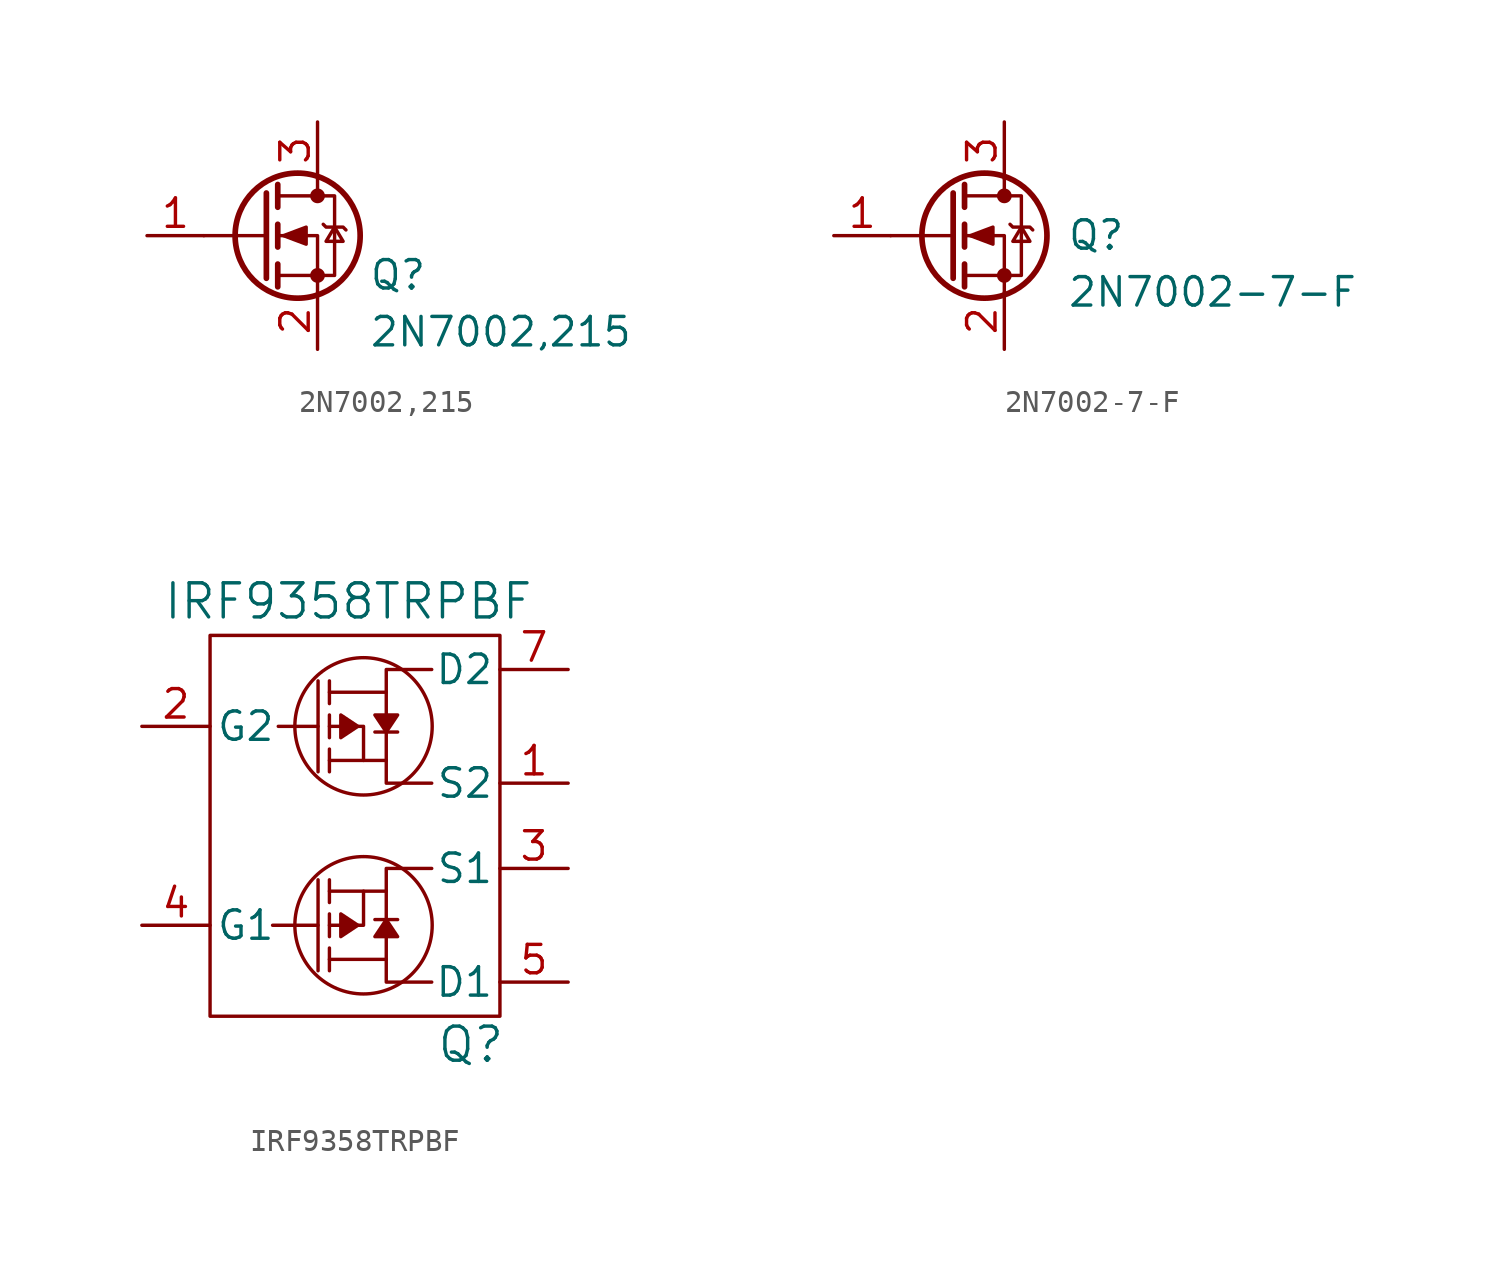
<source format=kicad_sym>
(kicad_symbol_lib
  (version 20231120)
  (generator "kicad_symbol_editor")
  (generator_version "8.0")
  (symbol "2N7002,215"
    (pin_names hide)
    (property "Reference" "Q"
      (at 3.556 -1.016 0)
      (effects (font (size 1.27 1.27)) (justify left top)))
    (property "Value" "2N7002,215"
      (at 3.556 -3.556 0)
      (effects (font (size 1.27 1.27)) (justify left top)))
    (symbol "2N7002,215_0_1"
      (polyline (pts (xy -1.016 0) (xy -3.81 0)) (stroke (width 0) (type default)) (fill (type none)))
      (polyline (pts (xy -1.016 1.905) (xy -1.016 -1.905)) (stroke (width 0.254) (type default)) (fill (type none)))
      (polyline (pts (xy -0.508 -1.27) (xy -0.508 -2.286)) (stroke (width 0.254) (type default)) (fill (type none)))
      (polyline (pts (xy -0.508 0.508) (xy -0.508 -0.508)) (stroke (width 0.254) (type default)) (fill (type none)))
      (polyline (pts (xy -0.508 2.286) (xy -0.508 1.27)) (stroke (width 0.254) (type default)) (fill (type none)))
      (polyline (pts (xy 1.27 2.54) (xy 1.27 1.778)) (stroke (width 0) (type default)) (fill (type none)))
      (polyline (pts (xy 1.27 -2.54) (xy 1.27 0) (xy -0.508 0)) (stroke (width 0) (type default)) (fill (type none)))
      (polyline (pts (xy -0.508 -1.778) (xy 2.032 -1.778) (xy 2.032 1.778) (xy -0.508 1.778)) (stroke (width 0) (type default)) (fill (type none)))
      (polyline (pts (xy -0.254 0) (xy 0.762 0.381) (xy 0.762 -0.381) (xy -0.254 0)) (stroke (width 0) (type default)) (fill (type outline)))
      (polyline (pts (xy 1.524 0.508) (xy 1.651 0.381) (xy 2.413 0.381) (xy 2.54 0.254)) (stroke (width 0) (type default)) (fill (type none)))
      (polyline (pts (xy 2.032 0.381) (xy 1.651 -0.254) (xy 2.413 -0.254) (xy 2.032 0.381)) (stroke (width 0) (type default)) (fill (type none)))
      (circle (center 0.381 0) (radius 2.794) (stroke (width 0.254) (type default)) (fill (type none)))
      (circle (center 1.27 -1.778) (radius 0.254) (stroke (width 0) (type default)) (fill (type outline)))
      (circle (center 1.27 1.778) (radius 0.254) (stroke (width 0) (type default)) (fill (type outline))))
    (symbol "2N7002,215_1_1"
      (pin input line (at -6.35 0 0) (length 2.54) (name "G" (effects (font (size 1.27 1.27)))) (number "1" (effects (font (size 1.27 1.27)))))
      (pin passive line (at 1.27 -5.08 90) (length 2.54) (name "S" (effects (font (size 1.27 1.27)))) (number "2" (effects (font (size 1.27 1.27)))))
      (pin passive line (at 1.27 5.08 270) (length 2.54) (name "D" (effects (font (size 1.27 1.27)))) (number "3" (effects (font (size 1.27 1.27)))))))
  (symbol "2N7002-7-F"
    (pin_names hide)
    (property "Reference" "Q"
      (at 4.064 0.762 0)
      (effects (font (size 1.27 1.27)) (justify left top)))
    (property "Value" "2N7002-7-F"
      (at 4.064 -1.778 0)
      (effects (font (size 1.27 1.27)) (justify left top)))
    (symbol "2N7002-7-F_0_1"
      (polyline (pts (xy -1.016 0) (xy -3.81 0)) (stroke (width 0) (type default)) (fill (type none)))
      (polyline (pts (xy -1.016 1.905) (xy -1.016 -1.905)) (stroke (width 0.254) (type default)) (fill (type none)))
      (polyline (pts (xy -0.508 -1.27) (xy -0.508 -2.286)) (stroke (width 0.254) (type default)) (fill (type none)))
      (polyline (pts (xy -0.508 0.508) (xy -0.508 -0.508)) (stroke (width 0.254) (type default)) (fill (type none)))
      (polyline (pts (xy -0.508 2.286) (xy -0.508 1.27)) (stroke (width 0.254) (type default)) (fill (type none)))
      (polyline (pts (xy 1.27 2.54) (xy 1.27 1.778)) (stroke (width 0) (type default)) (fill (type none)))
      (polyline (pts (xy 1.27 -2.54) (xy 1.27 0) (xy -0.508 0)) (stroke (width 0) (type default)) (fill (type none)))
      (polyline (pts (xy -0.508 -1.778) (xy 2.032 -1.778) (xy 2.032 1.778) (xy -0.508 1.778)) (stroke (width 0) (type default)) (fill (type none)))
      (polyline (pts (xy -0.254 0) (xy 0.762 0.381) (xy 0.762 -0.381) (xy -0.254 0)) (stroke (width 0) (type default)) (fill (type outline)))
      (polyline (pts (xy 1.524 0.508) (xy 1.651 0.381) (xy 2.413 0.381) (xy 2.54 0.254)) (stroke (width 0) (type default)) (fill (type none)))
      (polyline (pts (xy 2.032 0.381) (xy 1.651 -0.254) (xy 2.413 -0.254) (xy 2.032 0.381)) (stroke (width 0) (type default)) (fill (type none)))
      (circle (center 0.381 0) (radius 2.794) (stroke (width 0.254) (type default)) (fill (type none)))
      (circle (center 1.27 -1.778) (radius 0.254) (stroke (width 0) (type default)) (fill (type outline)))
      (circle (center 1.27 1.778) (radius 0.254) (stroke (width 0) (type default)) (fill (type outline))))
    (symbol "2N7002-7-F_1_1"
      (pin input line (at -6.35 0 0) (length 2.54) (name "G" (effects (font (size 1.27 1.27)))) (number "1" (effects (font (size 1.27 1.27)))))
      (pin passive line (at 1.27 -5.08 90) (length 2.54) (name "S" (effects (font (size 1.27 1.27)))) (number "2" (effects (font (size 1.27 1.27)))))
      (pin passive line (at 1.27 5.08 270) (length 2.54) (name "D" (effects (font (size 1.27 1.27)))) (number "3" (effects (font (size 1.27 1.27)))))))
  (symbol "IRF9358TRPBF"
    (pin_names
      (offset 0.254))
    (property "Reference" "Q"
      (at 6.096 -10.414 0)
      (effects (font (size 1.524 1.524)) (justify right)))
    (property "Value" "IRF9358TRPBF"
      (at 7.366 9.398 0)
      (effects (font (size 1.524 1.524)) (justify right)))
    (property "ki_locked" ""
      (at 0 0 0)
      (effects (font (size 1.27 1.27))))
    (symbol "IRF9358TRPBF_0_1"
      (rectangle (start -7.112 7.874) (end 5.842 -9.144) (stroke (width 0) (type default)) (fill (type none)))
      (circle (center -0.254 -5.08) (radius 3.069) (stroke (width 0) (type default)) (fill (type none)))
      (circle (center -0.254 3.81) (radius 3.069) (stroke (width 0) (type default)) (fill (type none)))
      (polyline (pts (xy -2.286 -5.08) (xy -4.318 -5.08)) (stroke (width 0) (type default)) (fill (type none)))
      (polyline (pts (xy -2.286 -3.048) (xy -2.286 -7.112)) (stroke (width 0) (type default)) (fill (type none)))
      (polyline (pts (xy -2.286 1.778) (xy -2.286 5.842)) (stroke (width 0) (type default)) (fill (type none)))
      (polyline (pts (xy -2.286 3.81) (xy -4.064 3.81)) (stroke (width 0) (type default)) (fill (type none)))
      (polyline (pts (xy -1.778 -6.096) (xy -1.778 -7.112)) (stroke (width 0) (type default)) (fill (type none)))
      (polyline (pts (xy -1.778 -4.572) (xy -1.778 -5.588)) (stroke (width 0) (type default)) (fill (type none)))
      (polyline (pts (xy -1.778 -3.048) (xy -1.778 -4.064)) (stroke (width 0) (type default)) (fill (type none)))
      (polyline (pts (xy -1.778 1.778) (xy -1.778 2.794)) (stroke (width 0) (type default)) (fill (type none)))
      (polyline (pts (xy -1.778 3.302) (xy -1.778 4.318)) (stroke (width 0) (type default)) (fill (type none)))
      (polyline (pts (xy -1.778 4.826) (xy -1.778 5.842)) (stroke (width 0) (type default)) (fill (type none)))
      (polyline (pts (xy 0.254 -4.826) (xy 1.27 -4.826)) (stroke (width 0) (type default)) (fill (type none)))
      (polyline (pts (xy 0.254 3.556) (xy 1.27 3.556)) (stroke (width 0) (type default)) (fill (type none)))
      (polyline (pts (xy 0.762 -4.826) (xy 0.762 -3.556)) (stroke (width 0) (type default)) (fill (type none)))
      (polyline (pts (xy 0.762 -3.556) (xy -0.254 -3.556)) (stroke (width 0) (type default)) (fill (type none)))
      (polyline (pts (xy 0.762 2.286) (xy -0.254 2.286)) (stroke (width 0) (type default)) (fill (type none)))
      (polyline (pts (xy 0.762 3.556) (xy 0.762 2.286)) (stroke (width 0) (type default)) (fill (type none)))
      (polyline (pts (xy -1.778 -6.604) (xy 0.762 -6.604) (xy 0.762 -5.588)) (stroke (width 0) (type default)) (fill (type none)))
      (polyline (pts (xy -1.778 5.334) (xy 0.762 5.334) (xy 0.762 4.318)) (stroke (width 0) (type default)) (fill (type none)))
      (polyline (pts (xy 0.762 -6.604) (xy 0.762 -7.62) (xy 2.794 -7.62)) (stroke (width 0) (type default)) (fill (type none)))
      (polyline (pts (xy 0.762 -3.556) (xy 0.762 -2.54) (xy 2.794 -2.54)) (stroke (width 0) (type default)) (fill (type none)))
      (polyline (pts (xy 0.762 2.286) (xy 0.762 1.27) (xy 2.794 1.27)) (stroke (width 0) (type default)) (fill (type none)))
      (polyline (pts (xy 0.762 5.334) (xy 0.762 6.35) (xy 2.794 6.35)) (stroke (width 0) (type default)) (fill (type none)))
      (polyline (pts (xy -1.778 -5.08) (xy -0.254 -5.08) (xy -0.254 -3.556) (xy -1.778 -3.556)) (stroke (width 0) (type default)) (fill (type none)))
      (polyline (pts (xy -1.778 3.81) (xy -0.254 3.81) (xy -0.254 2.286) (xy -1.778 2.286)) (stroke (width 0) (type default)) (fill (type none)))
      (polyline (pts (xy -1.27 -4.572) (xy -1.27 -5.588) (xy -0.508 -5.08) (xy -1.27 -4.572)) (stroke (width 0) (type default)) (fill (type outline)))
      (polyline (pts (xy -1.27 3.302) (xy -1.27 4.318) (xy -0.508 3.81) (xy -1.27 3.302)) (stroke (width 0) (type default)) (fill (type outline)))
      (polyline (pts (xy 0.254 -5.588) (xy 1.27 -5.588) (xy 0.762 -4.826) (xy 0.254 -5.588)) (stroke (width 0) (type default)) (fill (type outline)))
      (polyline (pts (xy 0.254 4.318) (xy 1.27 4.318) (xy 0.762 3.556) (xy 0.254 4.318)) (stroke (width 0) (type default)) (fill (type outline))))
    (symbol "IRF9358TRPBF_1_1"
      (pin bidirectional line (at 8.89 1.27 180) (length 3.048) (name "S2" (effects (font (size 1.27 1.27)))) (number "1" (effects (font (size 1.27 1.27)))))
      (pin input line (at -10.16 3.81 0) (length 3.048) (name "G2" (effects (font (size 1.27 1.27)))) (number "2" (effects (font (size 1.27 1.27)))))
      (pin bidirectional line (at 8.89 -2.54 180) (length 3.048) (name "S1" (effects (font (size 1.27 1.27)))) (number "3" (effects (font (size 1.27 1.27)))))
      (pin input line (at -10.16 -5.08 0) (length 3.048) (name "G1" (effects (font (size 1.27 1.27)))) (number "4" (effects (font (size 1.27 1.27)))))
      (pin bidirectional line (at 8.89 -7.62 180) (length 3.048) (name "D1" (effects (font (size 1.27 1.27)))) (number "5" (effects (font (size 1.27 1.27)))))
      (pin bidirectional line (at 8.89 -7.62 180) (length 3.048) hide (name "D1" (effects (font (size 1.27 1.27)))) (number "6" (effects (font (size 1.27 1.27)))))
      (pin bidirectional line (at 8.89 6.35 180) (length 3.048) (name "D2" (effects (font (size 1.27 1.27)))) (number "7" (effects (font (size 1.27 1.27)))))
      (pin bidirectional line (at 8.89 6.35 180) (length 3.048) hide (name "D2" (effects (font (size 1.27 1.27)))) (number "8" (effects (font (size 1.27 1.27))))))))
</source>
